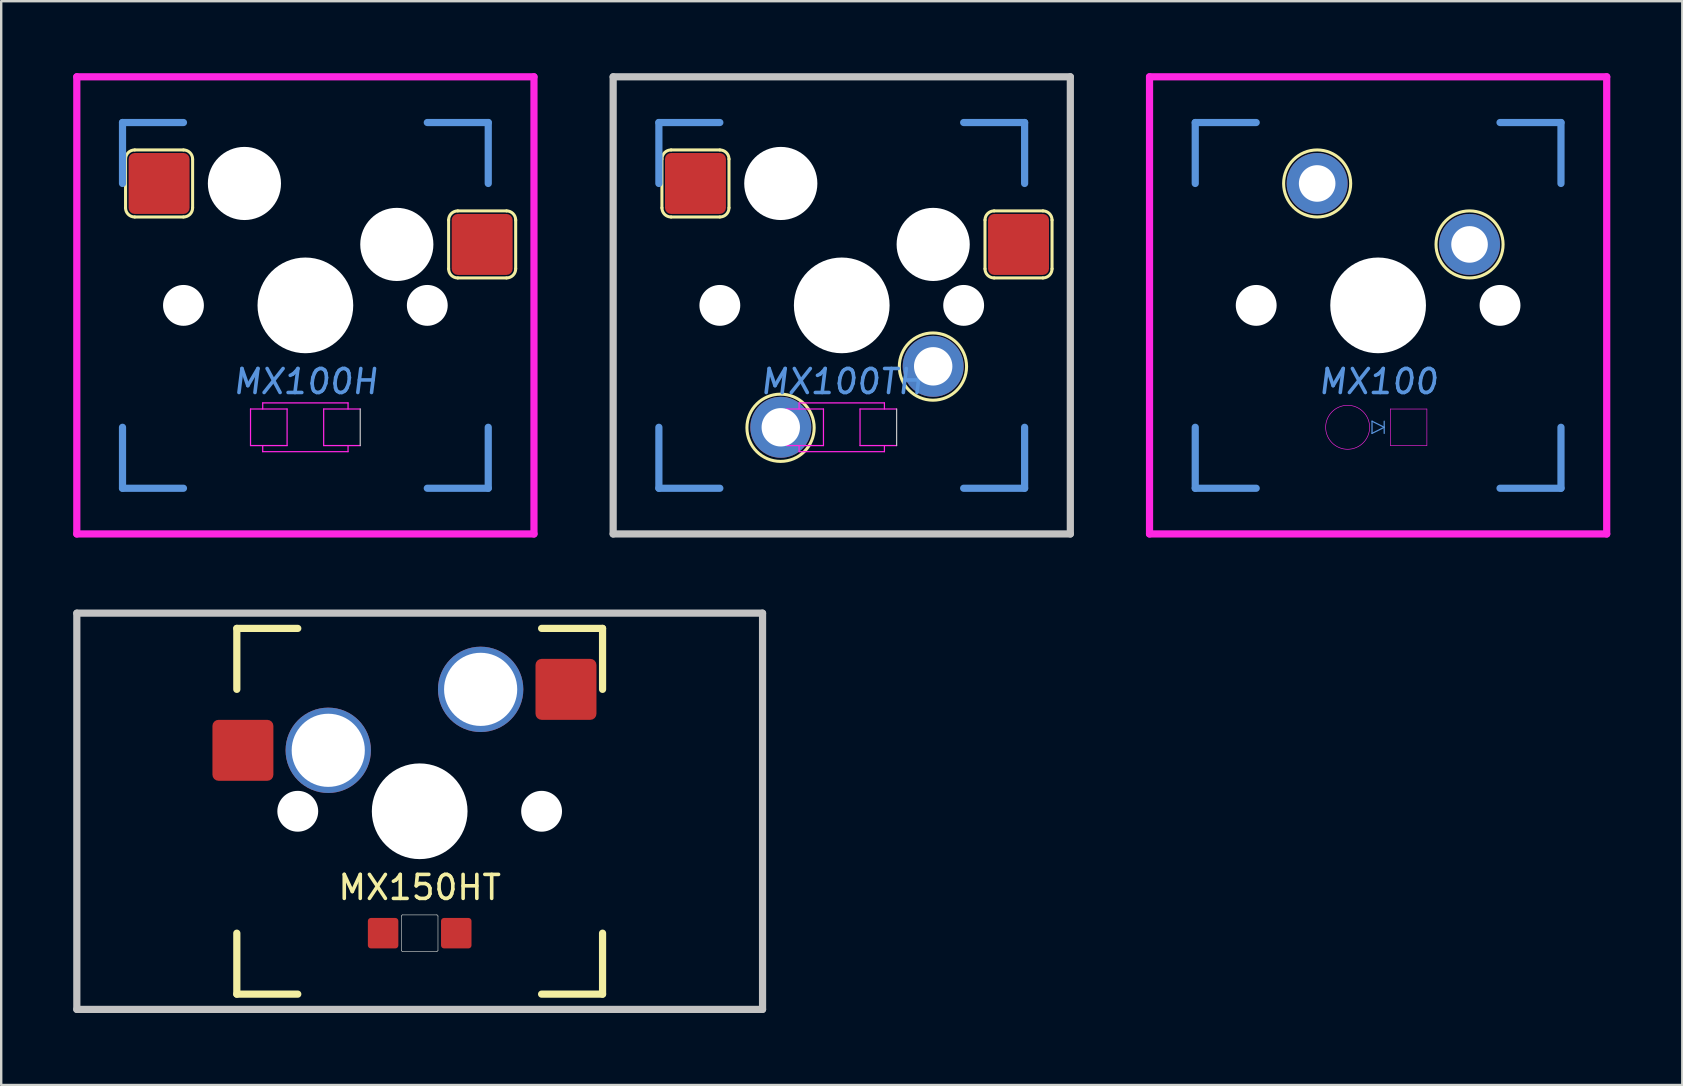
<source format=kicad_pcb>
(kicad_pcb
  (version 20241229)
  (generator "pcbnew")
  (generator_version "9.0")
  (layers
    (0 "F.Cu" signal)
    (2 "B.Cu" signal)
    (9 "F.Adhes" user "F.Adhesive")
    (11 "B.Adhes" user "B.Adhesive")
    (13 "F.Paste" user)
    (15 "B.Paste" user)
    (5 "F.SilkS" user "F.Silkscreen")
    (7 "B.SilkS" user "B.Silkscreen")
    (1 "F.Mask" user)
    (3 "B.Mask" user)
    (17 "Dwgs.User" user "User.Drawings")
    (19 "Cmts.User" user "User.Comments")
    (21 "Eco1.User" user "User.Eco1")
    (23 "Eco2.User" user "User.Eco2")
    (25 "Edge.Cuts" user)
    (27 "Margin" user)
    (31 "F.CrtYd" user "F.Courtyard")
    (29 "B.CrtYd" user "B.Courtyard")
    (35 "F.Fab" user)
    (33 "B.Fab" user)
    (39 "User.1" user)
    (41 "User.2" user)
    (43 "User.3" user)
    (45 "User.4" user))
  (footprint "MX100H"
    (layer "F.Cu")
    (at 9.675 9.675)
    (property "Reference" "MX100H" (at 0 3.175 0) (layer "Cmts.User") (effects (font (size 1 1) (thickness 0.15) (italic yes))))
    (attr through_hole)
    (fp_line (start -7.493 -6.096) (end -7.493 -4.064) (stroke (width 0.127) (type solid)) (layer "F.SilkS"))
    (fp_line (start -5.08 -6.477) (end -7.112 -6.477) (stroke (width 0.127) (type solid)) (layer "F.SilkS"))
    (fp_line (start -5.08 -3.683) (end -7.112 -3.683) (stroke (width 0.127) (type solid)) (layer "F.SilkS"))
    (fp_line (start -4.699 -6.096) (end -4.699 -4.064) (stroke (width 0.127) (type solid)) (layer "F.SilkS"))
    (fp_line (start 5.969 -3.556) (end 5.969 -1.524) (stroke (width 0.127) (type solid)) (layer "F.SilkS"))
    (fp_line (start 8.382 -3.937) (end 6.35 -3.937) (stroke (width 0.127) (type solid)) (layer "F.SilkS"))
    (fp_line (start 8.382 -1.143) (end 6.35 -1.143) (stroke (width 0.127) (type solid)) (layer "F.SilkS"))
    (fp_line (start 8.763 -3.556) (end 8.763 -1.524) (stroke (width 0.127) (type solid)) (layer "F.SilkS"))
    (fp_arc (start -7.493 -6.096) (mid -7.381408 -6.365408) (end -7.112 -6.477) (stroke (width 0.127) (type solid)) (layer "F.SilkS"))
    (fp_arc (start -7.112 -3.683) (mid -7.381408 -3.794592) (end -7.493 -4.064) (stroke (width 0.127) (type solid)) (layer "F.SilkS"))
    (fp_arc (start -5.08 -6.477) (mid -4.810592 -6.365408) (end -4.699 -6.096) (stroke (width 0.127) (type solid)) (layer "F.SilkS"))
    (fp_arc (start -4.699 -4.064) (mid -4.810592 -3.794592) (end -5.08 -3.683) (stroke (width 0.127) (type solid)) (layer "F.SilkS"))
    (fp_arc (start 5.969 -3.556) (mid 6.080592 -3.825408) (end 6.35 -3.937) (stroke (width 0.127) (type solid)) (layer "F.SilkS"))
    (fp_arc (start 6.35 -1.143) (mid 6.080592 -1.254592) (end 5.969 -1.524) (stroke (width 0.127) (type solid)) (layer "F.SilkS"))
    (fp_arc (start 8.382 -3.937) (mid 8.651408 -3.825408) (end 8.763 -3.556) (stroke (width 0.127) (type solid)) (layer "F.SilkS"))
    (fp_arc (start 8.763 -1.524) (mid 8.651408 -1.254592) (end 8.382 -1.143) (stroke (width 0.127) (type solid)) (layer "F.SilkS"))
    (fp_line (start 2.286 4.318) (end 2.286 5.842) (stroke (width 0.051) (type solid)) (layer "Dwgs.User"))
    (fp_line (start -7.62 -7.62) (end -7.62 -5.08) (stroke (width 0.3) (type solid)) (layer "Cmts.User"))
    (fp_line (start -7.62 -7.62) (end -5.08 -7.62) (stroke (width 0.3) (type solid)) (layer "Cmts.User"))
    (fp_line (start -7.62 7.62) (end -7.62 5.08) (stroke (width 0.3) (type solid)) (layer "Cmts.User"))
    (fp_line (start -7.62 7.62) (end -5.08 7.62) (stroke (width 0.3) (type solid)) (layer "Cmts.User"))
    (fp_line (start 7.62 -7.62) (end 5.08 -7.62) (stroke (width 0.3) (type solid)) (layer "Cmts.User"))
    (fp_line (start 7.62 -7.62) (end 7.62 -5.08) (stroke (width 0.3) (type solid)) (layer "Cmts.User"))
    (fp_line (start 7.62 7.62) (end 5.08 7.62) (stroke (width 0.3) (type solid)) (layer "Cmts.User"))
    (fp_line (start 7.62 7.62) (end 7.62 5.08) (stroke (width 0.3) (type solid)) (layer "Cmts.User"))
    (fp_line (start -9.525 -9.525) (end 9.525 -9.525) (stroke (width 0.3) (type solid)) (layer "F.CrtYd"))
    (fp_line (start -9.525 9.525) (end -9.525 -9.525) (stroke (width 0.3) (type solid)) (layer "F.CrtYd"))
    (fp_line (start -2.286 4.318) (end -2.286 5.842) (stroke (width 0.051) (type solid)) (layer "F.CrtYd"))
    (fp_line (start -2.286 5.842) (end -0.762 5.842) (stroke (width 0.051) (type solid)) (layer "F.CrtYd"))
    (fp_line (start -1.778 4.064) (end -1.778 4.318) (stroke (width 0.051) (type solid)) (layer "F.CrtYd"))
    (fp_line (start -1.778 6.096) (end -1.778 5.842) (stroke (width 0.051) (type solid)) (layer "F.CrtYd"))
    (fp_line (start -1.778 6.096) (end 1.778 6.096) (stroke (width 0.051) (type solid)) (layer "F.CrtYd"))
    (fp_line (start -0.762 4.318) (end -2.286 4.318) (stroke (width 0.051) (type solid)) (layer "F.CrtYd"))
    (fp_line (start -0.762 5.842) (end -0.762 4.318) (stroke (width 0.051) (type solid)) (layer "F.CrtYd"))
    (fp_line (start 0.762 4.318) (end 2.286 4.318) (stroke (width 0.051) (type solid)) (layer "F.CrtYd"))
    (fp_line (start 0.762 5.842) (end 0.762 4.318) (stroke (width 0.051) (type solid)) (layer "F.CrtYd"))
    (fp_line (start 1.778 4.064) (end -1.778 4.064) (stroke (width 0.051) (type solid)) (layer "F.CrtYd"))
    (fp_line (start 1.778 4.318) (end 1.778 4.064) (stroke (width 0.051) (type solid)) (layer "F.CrtYd"))
    (fp_line (start 1.778 6.096) (end 1.778 5.842) (stroke (width 0.051) (type solid)) (layer "F.CrtYd"))
    (fp_line (start 2.286 5.842) (end 0.762 5.842) (stroke (width 0.051) (type solid)) (layer "F.CrtYd"))
    (fp_line (start 9.525 -9.525) (end 9.525 9.525) (stroke (width 0.3) (type solid)) (layer "F.CrtYd"))
    (fp_line (start 9.525 9.525) (end -9.525 9.525) (stroke (width 0.3) (type solid)) (layer "F.CrtYd"))
    (pad "" np_thru_hole circle (at -5.08 0) (size 1.702 1.702) (drill 1.702) (layers "*.Cu" "*.Mask"))
    (pad "" np_thru_hole circle (at -2.54 -5.08) (size 3.048 3.048) (drill 3.048) (layers "*.Cu" "*.Mask"))
    (pad "" np_thru_hole circle (at 0 0) (size 3.988 3.988) (drill 3.988) (layers "*.Cu" "*.Mask"))
    (pad "" np_thru_hole circle (at 3.81 -2.54) (size 3.048 3.048) (drill 3.048) (layers "*.Cu" "*.Mask"))
    (pad "" np_thru_hole circle (at 5.08 0) (size 1.702 1.702) (drill 1.702) (layers "*.Cu" "*.Mask"))
    (pad "1" smd roundrect (at -6.096 -5.08) (size 2.54 2.54) (layers "F.Cu" "F.Mask" "F.Paste") (roundrect_rratio 0.1))
    (pad "2" smd roundrect (at 7.366 -2.54) (size 2.54 2.54) (layers "F.Cu" "F.Mask" "F.Paste") (roundrect_rratio 0.1)))
  (footprint "MX150HT"
    (layer "F.Cu")
    (at 14.438 30.755)
    (property "Reference" "MX150HT" (at 0 3.175 0) (layer "F.SilkS") (effects (font (size 1 1) (thickness 0.15))))
    (attr through_hole)
    (fp_line (start -7.62 -7.62) (end -7.62 -5.08) (stroke (width 0.3) (type solid)) (layer "F.SilkS"))
    (fp_line (start -7.62 -7.62) (end -5.08 -7.62) (stroke (width 0.3) (type solid)) (layer "F.SilkS"))
    (fp_line (start -7.62 7.62) (end -7.62 5.08) (stroke (width 0.3) (type solid)) (layer "F.SilkS"))
    (fp_line (start -7.62 7.62) (end -5.08 7.62) (stroke (width 0.3) (type solid)) (layer "F.SilkS"))
    (fp_line (start 7.62 -7.62) (end 5.08 -7.62) (stroke (width 0.3) (type solid)) (layer "F.SilkS"))
    (fp_line (start 7.62 -7.62) (end 7.62 -5.08) (stroke (width 0.3) (type solid)) (layer "F.SilkS"))
    (fp_line (start 7.62 7.62) (end 5.08 7.62) (stroke (width 0.3) (type solid)) (layer "F.SilkS"))
    (fp_line (start 7.62 7.62) (end 7.62 5.08) (stroke (width 0.3) (type solid)) (layer "F.SilkS"))
    (fp_line (start -14.287 -8.255) (end -14.287 8.255) (stroke (width 0.3) (type solid)) (layer "Dwgs.User"))
    (fp_line (start -14.287 -8.255) (end 14.287 -8.255) (stroke (width 0.3) (type solid)) (layer "Dwgs.User"))
    (fp_line (start -14.287 8.255) (end 14.287 8.255) (stroke (width 0.3) (type solid)) (layer "Dwgs.User"))
    (fp_line (start 14.287 -8.255) (end 14.287 8.255) (stroke (width 0.3) (type solid)) (layer "Dwgs.User"))
    (fp_line (start -0.762 5.791) (end -0.762 4.369) (stroke (width 0.025) (type solid)) (layer "Edge.Cuts"))
    (fp_line (start 0.711 4.318) (end -0.711 4.318) (stroke (width 0.025) (type solid)) (layer "Edge.Cuts"))
    (fp_line (start 0.711 5.842) (end -0.711 5.842) (stroke (width 0.025) (type solid)) (layer "Edge.Cuts"))
    (fp_line (start 0.762 4.369) (end 0.762 5.791) (stroke (width 0.025) (type solid)) (layer "Edge.Cuts"))
    (fp_arc (start -0.762 4.3688) (mid -0.747121 4.332879) (end -0.7112 4.318) (stroke (width 0.0254) (type solid)) (layer "Edge.Cuts"))
    (fp_arc (start -0.7112 5.842) (mid -0.747121 5.827121) (end -0.762 5.7912) (stroke (width 0.0254) (type solid)) (layer "Edge.Cuts"))
    (fp_arc (start 0.7112 4.318) (mid 0.747121 4.332879) (end 0.762 4.3688) (stroke (width 0.0254) (type solid)) (layer "Edge.Cuts"))
    (fp_arc (start 0.762 5.7912) (mid 0.747121 5.827121) (end 0.7112 5.842) (stroke (width 0.0254) (type solid)) (layer "Edge.Cuts"))
    (pad "" np_thru_hole circle (at -5.08 0) (size 1.702 1.702) (drill 1.702) (layers "*.Cu" "*.Mask"))
    (pad "" thru_hole circle (at -3.81 -2.54) (size 3.556 3.556) (drill 3.048) (layers "*.Cu" "*.Mask"))
    (pad "" np_thru_hole circle (at 0 0) (size 3.988 3.988) (drill 3.988) (layers "*.Cu" "*.Mask"))
    (pad "" thru_hole circle (at 2.54 -5.08) (size 3.556 3.556) (drill 3.048) (layers "*.Cu" "*.Mask"))
    (pad "" np_thru_hole circle (at 5.08 0) (size 1.702 1.702) (drill 1.702) (layers "*.Cu" "*.Mask"))
    (pad "2" smd roundrect (at 6.096 -5.08) (size 2.54 2.54) (layers "F.Cu" "F.Mask" "F.Paste") (roundrect_rratio 0.1))
    (pad "3" smd roundrect (at -7.366 -2.54) (size 2.54 2.54) (layers "F.Cu" "F.Mask" "F.Paste") (roundrect_rratio 0.1))
    (pad "3" connect roundrect (at -1.524 5.08) (size 1.27 1.27) (layers "F.Cu" "F.Mask") (roundrect_rratio 0.1))
    (pad "3" connect roundrect (at 1.524 5.08) (size 1.27 1.27) (layers "F.Cu" "F.Mask") (roundrect_rratio 0.1)))
  (footprint "MX100TH"
    (layer "F.Cu")
    (at 32.025 9.675)
    (property "Reference" "MX100TH" (at 0 3.175 0) (layer "Cmts.User") (effects (font (size 1 1) (thickness 0.15) (italic yes))))
    (attr through_hole)
    (fp_line (start -7.493 -6.096) (end -7.493 -4.064) (stroke (width 0.127) (type solid)) (layer "F.SilkS"))
    (fp_line (start -5.08 -6.477) (end -7.112 -6.477) (stroke (width 0.127) (type solid)) (layer "F.SilkS"))
    (fp_line (start -5.08 -3.683) (end -7.112 -3.683) (stroke (width 0.127) (type solid)) (layer "F.SilkS"))
    (fp_line (start -4.699 -6.096) (end -4.699 -4.064) (stroke (width 0.127) (type solid)) (layer "F.SilkS"))
    (fp_line (start 5.969 -3.556) (end 5.969 -1.524) (stroke (width 0.127) (type solid)) (layer "F.SilkS"))
    (fp_line (start 8.382 -3.937) (end 6.35 -3.937) (stroke (width 0.127) (type solid)) (layer "F.SilkS"))
    (fp_line (start 8.382 -1.143) (end 6.35 -1.143) (stroke (width 0.127) (type solid)) (layer "F.SilkS"))
    (fp_line (start 8.763 -3.556) (end 8.763 -1.524) (stroke (width 0.127) (type solid)) (layer "F.SilkS"))
    (fp_arc (start -7.493 -6.096) (mid -7.381408 -6.365408) (end -7.112 -6.477) (stroke (width 0.127) (type solid)) (layer "F.SilkS"))
    (fp_arc (start -7.112 -3.683) (mid -7.381408 -3.794592) (end -7.493 -4.064) (stroke (width 0.127) (type solid)) (layer "F.SilkS"))
    (fp_arc (start -5.08 -6.477) (mid -4.810592 -6.365408) (end -4.699 -6.096) (stroke (width 0.127) (type solid)) (layer "F.SilkS"))
    (fp_arc (start -4.699 -4.064) (mid -4.810592 -3.794592) (end -5.08 -3.683) (stroke (width 0.127) (type solid)) (layer "F.SilkS"))
    (fp_arc (start 5.969 -3.556) (mid 6.080592 -3.825408) (end 6.35 -3.937) (stroke (width 0.127) (type solid)) (layer "F.SilkS"))
    (fp_arc (start 6.35 -1.143) (mid 6.080592 -1.254592) (end 5.969 -1.524) (stroke (width 0.127) (type solid)) (layer "F.SilkS"))
    (fp_arc (start 8.382 -3.937) (mid 8.651408 -3.825408) (end 8.763 -3.556) (stroke (width 0.127) (type solid)) (layer "F.SilkS"))
    (fp_arc (start 8.763 -1.524) (mid 8.651408 -1.254592) (end 8.382 -1.143) (stroke (width 0.127) (type solid)) (layer "F.SilkS"))
    (fp_circle (center -2.55 5.1) (end -1.149 5.1) (stroke (width 0.127) (type solid)) (fill no) (layer "F.SilkS"))
    (fp_circle (center 3.8 2.55) (end 5.201 2.55) (stroke (width 0.127) (type solid)) (fill no) (layer "F.SilkS"))
    (fp_line (start -9.525 -9.525) (end 9.525 -9.525) (stroke (width 0.3) (type solid)) (layer "Dwgs.User"))
    (fp_line (start -9.525 9.525) (end -9.525 -9.525) (stroke (width 0.3) (type solid)) (layer "Dwgs.User"))
    (fp_line (start 2.286 4.318) (end 2.286 5.842) (stroke (width 0.051) (type solid)) (layer "Dwgs.User"))
    (fp_line (start 9.525 -9.525) (end 9.525 9.525) (stroke (width 0.3) (type solid)) (layer "Dwgs.User"))
    (fp_line (start 9.525 9.525) (end -9.525 9.525) (stroke (width 0.3) (type solid)) (layer "Dwgs.User"))
    (fp_line (start -7.62 -7.62) (end -7.62 -5.08) (stroke (width 0.3) (type solid)) (layer "Cmts.User"))
    (fp_line (start -7.62 -7.62) (end -5.08 -7.62) (stroke (width 0.3) (type solid)) (layer "Cmts.User"))
    (fp_line (start -7.62 7.62) (end -7.62 5.08) (stroke (width 0.3) (type solid)) (layer "Cmts.User"))
    (fp_line (start -7.62 7.62) (end -5.08 7.62) (stroke (width 0.3) (type solid)) (layer "Cmts.User"))
    (fp_line (start 7.62 -7.62) (end 5.08 -7.62) (stroke (width 0.3) (type solid)) (layer "Cmts.User"))
    (fp_line (start 7.62 -7.62) (end 7.62 -5.08) (stroke (width 0.3) (type solid)) (layer "Cmts.User"))
    (fp_line (start 7.62 7.62) (end 5.08 7.62) (stroke (width 0.3) (type solid)) (layer "Cmts.User"))
    (fp_line (start 7.62 7.62) (end 7.62 5.08) (stroke (width 0.3) (type solid)) (layer "Cmts.User"))
    (fp_line (start -2.286 4.318) (end -2.286 5.842) (stroke (width 0.051) (type solid)) (layer "F.CrtYd"))
    (fp_line (start -2.286 5.842) (end -0.762 5.842) (stroke (width 0.051) (type solid)) (layer "F.CrtYd"))
    (fp_line (start -1.778 4.064) (end -1.778 4.318) (stroke (width 0.051) (type solid)) (layer "F.CrtYd"))
    (fp_line (start -1.778 6.096) (end -1.778 5.842) (stroke (width 0.051) (type solid)) (layer "F.CrtYd"))
    (fp_line (start -1.778 6.096) (end 1.778 6.096) (stroke (width 0.051) (type solid)) (layer "F.CrtYd"))
    (fp_line (start -0.762 4.318) (end -2.286 4.318) (stroke (width 0.051) (type solid)) (layer "F.CrtYd"))
    (fp_line (start -0.762 5.842) (end -0.762 4.318) (stroke (width 0.051) (type solid)) (layer "F.CrtYd"))
    (fp_line (start 0.762 4.318) (end 2.286 4.318) (stroke (width 0.051) (type solid)) (layer "F.CrtYd"))
    (fp_line (start 0.762 5.842) (end 0.762 4.318) (stroke (width 0.051) (type solid)) (layer "F.CrtYd"))
    (fp_line (start 1.778 4.064) (end -1.778 4.064) (stroke (width 0.051) (type solid)) (layer "F.CrtYd"))
    (fp_line (start 1.778 4.318) (end 1.778 4.064) (stroke (width 0.051) (type solid)) (layer "F.CrtYd"))
    (fp_line (start 1.778 6.096) (end 1.778 5.842) (stroke (width 0.051) (type solid)) (layer "F.CrtYd"))
    (fp_line (start 2.286 5.842) (end 0.762 5.842) (stroke (width 0.051) (type solid)) (layer "F.CrtYd"))
    (pad "" np_thru_hole circle (at -5.08 0) (size 1.702 1.702) (drill 1.702) (layers "*.Cu" "*.Mask"))
    (pad "" np_thru_hole circle (at -2.54 -5.08) (size 3.048 3.048) (drill 3.048) (layers "*.Cu" "*.Mask"))
    (pad "" np_thru_hole circle (at 0 0) (size 3.988 3.988) (drill 3.988) (layers "*.Cu" "*.Mask"))
    (pad "" np_thru_hole circle (at 3.81 -2.54) (size 3.048 3.048) (drill 3.048) (layers "*.Cu" "*.Mask"))
    (pad "" np_thru_hole circle (at 5.08 0) (size 1.702 1.702) (drill 1.702) (layers "*.Cu" "*.Mask"))
    (pad "1" smd roundrect (at -6.096 -5.08) (size 2.54 2.54) (layers "F.Cu" "F.Mask" "F.Paste") (roundrect_rratio 0.1))
    (pad "1" thru_hole circle (at -2.54 5.08) (size 2.54 2.54) (drill 1.6) (layers "*.Cu" "*.Mask"))
    (pad "2" thru_hole circle (at 3.81 2.54) (size 2.54 2.54) (drill 1.6) (layers "*.Cu" "*.Mask"))
    (pad "2" smd roundrect (at 7.366 -2.54) (size 2.54 2.54) (layers "F.Cu" "F.Mask" "F.Paste") (roundrect_rratio 0.1)))
  (footprint "MX100"
    (layer "F.Cu")
    (at 54.375 9.675)
    (property "Reference" "MX100" (at 0 3.175 0) (layer "Cmts.User") (effects (font (size 1 1) (thickness 0.15) (italic yes))))
    (attr through_hole)
    (fp_circle (center -2.54 -5.08) (end -1.143 -5.08) (stroke (width 0.127) (type solid)) (fill no) (layer "F.SilkS"))
    (fp_circle (center 3.81 -2.54) (end 5.207 -2.54) (stroke (width 0.127) (type solid)) (fill no) (layer "F.SilkS"))
    (fp_line (start -7.62 -7.62) (end -7.62 -5.08) (stroke (width 0.3) (type solid)) (layer "Cmts.User"))
    (fp_line (start -7.62 -7.62) (end -5.08 -7.62) (stroke (width 0.3) (type solid)) (layer "Cmts.User"))
    (fp_line (start -7.62 7.62) (end -7.62 5.08) (stroke (width 0.3) (type solid)) (layer "Cmts.User"))
    (fp_line (start -7.62 7.62) (end -5.08 7.62) (stroke (width 0.3) (type solid)) (layer "Cmts.User"))
    (fp_line (start -0.254 4.826) (end -0.254 5.334) (stroke (width 0.051) (type solid)) (layer "Cmts.User"))
    (fp_line (start -0.254 5.334) (end 0.254 5.08) (stroke (width 0.051) (type solid)) (layer "Cmts.User"))
    (fp_line (start 0.254 4.826) (end 0.254 5.334) (stroke (width 0.051) (type solid)) (layer "Cmts.User"))
    (fp_line (start 0.254 5.08) (end -0.254 4.826) (stroke (width 0.051) (type solid)) (layer "Cmts.User"))
    (fp_line (start 7.62 -7.62) (end 5.08 -7.62) (stroke (width 0.3) (type solid)) (layer "Cmts.User"))
    (fp_line (start 7.62 -7.62) (end 7.62 -5.08) (stroke (width 0.3) (type solid)) (layer "Cmts.User"))
    (fp_line (start 7.62 7.62) (end 5.08 7.62) (stroke (width 0.3) (type solid)) (layer "Cmts.User"))
    (fp_line (start 7.62 7.62) (end 7.62 5.08) (stroke (width 0.3) (type solid)) (layer "Cmts.User"))
    (fp_line (start -9.525 -9.525) (end 9.525 -9.525) (stroke (width 0.3) (type solid)) (layer "F.CrtYd"))
    (fp_line (start -9.525 9.525) (end -9.525 -9.525) (stroke (width 0.3) (type solid)) (layer "F.CrtYd"))
    (fp_line (start 0.508 4.318) (end 2.032 4.318) (stroke (width 0.025) (type solid)) (layer "F.CrtYd"))
    (fp_line (start 0.508 5.842) (end 0.508 4.318) (stroke (width 0.025) (type solid)) (layer "F.CrtYd"))
    (fp_line (start 2.032 4.318) (end 2.032 5.842) (stroke (width 0.025) (type solid)) (layer "F.CrtYd"))
    (fp_line (start 2.032 5.842) (end 0.508 5.842) (stroke (width 0.025) (type solid)) (layer "F.CrtYd"))
    (fp_line (start 9.525 -9.525) (end 9.525 9.525) (stroke (width 0.3) (type solid)) (layer "F.CrtYd"))
    (fp_line (start 9.525 9.525) (end -9.525 9.525) (stroke (width 0.3) (type solid)) (layer "F.CrtYd"))
    (fp_circle (center -1.27 5.08) (end -0.354 5.08) (stroke (width 0.025) (type solid)) (fill no) (layer "F.CrtYd"))
    (pad "" np_thru_hole circle (at -5.08 0) (size 1.702 1.702) (drill 1.702) (layers "*.Cu" "*.Mask"))
    (pad "" np_thru_hole circle (at 0 0) (size 3.988 3.988) (drill 3.988) (layers "*.Cu" "*.Mask"))
    (pad "" np_thru_hole circle (at 5.08 0) (size 1.702 1.702) (drill 1.702) (layers "*.Cu" "*.Mask"))
    (pad "1" thru_hole circle (at -2.54 -5.08) (size 2.54 2.54) (drill 1.524) (layers "*.Cu" "*.Mask"))
    (pad "2" thru_hole circle (at 3.81 -2.54) (size 2.54 2.54) (drill 1.524) (layers "*.Cu" "*.Mask")))
  (gr_rect
    (start -3 -3)
    (end 67.05 42.16)
    (stroke (width 0.1) (type default))
    (fill no)
    (layer "Edge.Cuts")))
</source>
